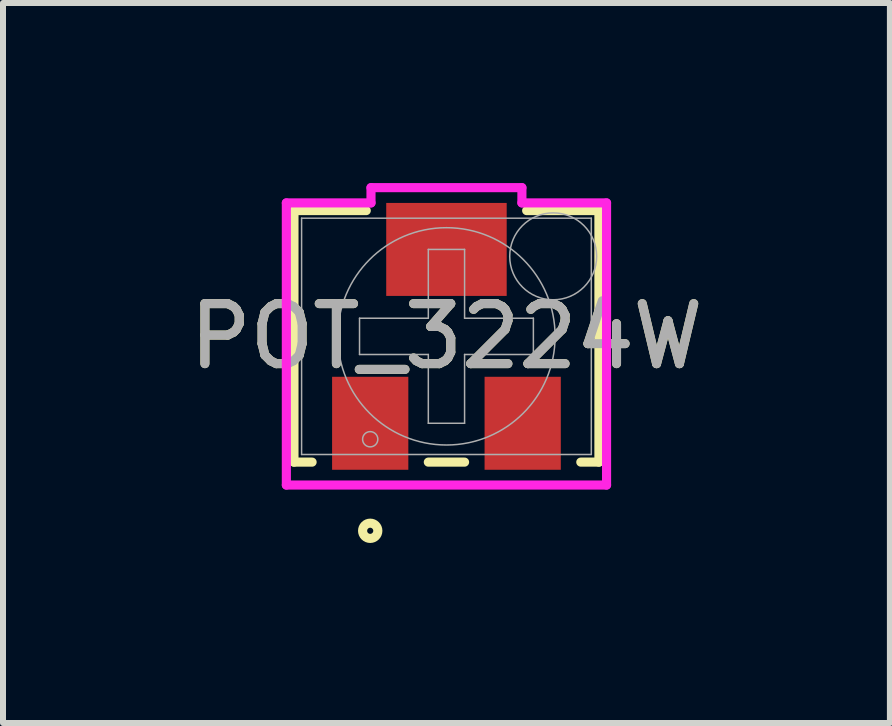
<source format=kicad_pcb>
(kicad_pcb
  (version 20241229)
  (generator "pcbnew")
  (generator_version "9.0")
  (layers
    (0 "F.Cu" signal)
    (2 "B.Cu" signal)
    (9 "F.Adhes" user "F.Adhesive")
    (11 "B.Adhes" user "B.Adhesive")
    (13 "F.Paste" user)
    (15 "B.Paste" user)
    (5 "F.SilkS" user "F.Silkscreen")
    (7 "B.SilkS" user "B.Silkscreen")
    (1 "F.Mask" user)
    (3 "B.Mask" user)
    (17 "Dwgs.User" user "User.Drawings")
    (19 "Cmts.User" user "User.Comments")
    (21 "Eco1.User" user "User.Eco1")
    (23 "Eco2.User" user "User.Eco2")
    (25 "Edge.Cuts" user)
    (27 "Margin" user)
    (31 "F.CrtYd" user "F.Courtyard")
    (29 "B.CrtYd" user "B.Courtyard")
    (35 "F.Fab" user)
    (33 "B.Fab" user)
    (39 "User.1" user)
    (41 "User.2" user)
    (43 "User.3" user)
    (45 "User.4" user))
  (footprint "POT_3224W"
    (layer "F.Cu")
    (at 4.387 2.553)
    (property "Reference" "POT_3224W" (at 0 0 0) (unlocked yes) (layer "F.SilkS") (effects (font (size 1 1) (thickness 0.15))))
    (attr smd)
    (fp_line (start -2.54 -2.095) (end -2.54 2.095) (stroke (width 0.152) (type solid)) (layer "F.SilkS"))
    (fp_line (start -2.54 2.095) (end -2.238 2.095) (stroke (width 0.152) (type solid)) (layer "F.SilkS"))
    (fp_line (start -1.336 -2.095) (end -2.54 -2.095) (stroke (width 0.152) (type solid)) (layer "F.SilkS"))
    (fp_line (start -0.302 2.095) (end 0.302 2.095) (stroke (width 0.152) (type solid)) (layer "F.SilkS"))
    (fp_line (start 2.238 2.095) (end 2.54 2.095) (stroke (width 0.152) (type solid)) (layer "F.SilkS"))
    (fp_line (start 2.54 -2.095) (end 1.336 -2.095) (stroke (width 0.152) (type solid)) (layer "F.SilkS"))
    (fp_line (start 2.54 -2.095) (end 2.54 2.095) (stroke (width 0.152) (type solid)) (layer "F.SilkS"))
    (fp_circle (center -1.27 3.239) (end -1.143 3.239) (stroke (width 0.152) (type solid)) (fill no) (layer "F.SilkS"))
    (fp_line (start -2.667 -2.223) (end -1.257 -2.223) (stroke (width 0.152) (type solid)) (layer "F.CrtYd"))
    (fp_line (start -2.667 2.477) (end -2.667 -2.223) (stroke (width 0.152) (type solid)) (layer "F.CrtYd"))
    (fp_line (start -1.257 -2.477) (end 1.257 -2.477) (stroke (width 0.152) (type solid)) (layer "F.CrtYd"))
    (fp_line (start -1.257 -2.223) (end -1.257 -2.477) (stroke (width 0.152) (type solid)) (layer "F.CrtYd"))
    (fp_line (start 1.257 -2.477) (end 1.257 -2.223) (stroke (width 0.152) (type solid)) (layer "F.CrtYd"))
    (fp_line (start 1.257 -2.223) (end 2.667 -2.223) (stroke (width 0.152) (type solid)) (layer "F.CrtYd"))
    (fp_line (start 2.667 -2.223) (end 2.667 2.477) (stroke (width 0.152) (type solid)) (layer "F.CrtYd"))
    (fp_line (start 2.667 2.477) (end -2.667 2.477) (stroke (width 0.152) (type solid)) (layer "F.CrtYd"))
    (fp_line (start -2.413 -1.968) (end -2.413 1.968) (stroke (width 0.025) (type solid)) (layer "F.Fab"))
    (fp_line (start -2.413 1.968) (end 2.413 1.968) (stroke (width 0.025) (type solid)) (layer "F.Fab"))
    (fp_line (start -1.448 -0.302) (end -1.448 0.302) (stroke (width 0.025) (type solid)) (layer "F.Fab"))
    (fp_line (start -0.302 -1.448) (end -0.302 -0.302) (stroke (width 0.025) (type solid)) (layer "F.Fab"))
    (fp_line (start -0.302 -1.448) (end 0.302 -1.448) (stroke (width 0.025) (type solid)) (layer "F.Fab"))
    (fp_line (start -0.302 -0.302) (end -1.448 -0.302) (stroke (width 0.025) (type solid)) (layer "F.Fab"))
    (fp_line (start -0.302 0.302) (end -1.448 0.302) (stroke (width 0.025) (type solid)) (layer "F.Fab"))
    (fp_line (start -0.302 1.448) (end -0.302 0.302) (stroke (width 0.025) (type solid)) (layer "F.Fab"))
    (fp_line (start -0.302 1.448) (end 0.302 1.448) (stroke (width 0.025) (type solid)) (layer "F.Fab"))
    (fp_line (start 0.302 -1.448) (end 0.302 -0.302) (stroke (width 0.025) (type solid)) (layer "F.Fab"))
    (fp_line (start 0.302 -0.302) (end 1.448 -0.302) (stroke (width 0.025) (type solid)) (layer "F.Fab"))
    (fp_line (start 0.302 0.302) (end 1.448 0.302) (stroke (width 0.025) (type solid)) (layer "F.Fab"))
    (fp_line (start 0.302 1.448) (end 0.302 0.302) (stroke (width 0.025) (type solid)) (layer "F.Fab"))
    (fp_line (start 1.448 -0.302) (end 1.448 0.302) (stroke (width 0.025) (type solid)) (layer "F.Fab"))
    (fp_line (start 2.413 -1.968) (end -2.413 -1.968) (stroke (width 0.025) (type solid)) (layer "F.Fab"))
    (fp_line (start 2.413 -1.968) (end 2.413 1.968) (stroke (width 0.025) (type solid)) (layer "F.Fab"))
    (fp_circle (center -1.27 1.714) (end -1.143 1.714) (stroke (width 0.025) (type solid)) (fill no) (layer "F.Fab"))
    (fp_circle (center 0 0) (end 1.81 0) (stroke (width 0.025) (type solid)) (fill no) (layer "F.Fab"))
    (fp_circle (center 1.778 -1.333) (end 2.502 -1.333) (stroke (width 0.025) (type solid)) (fill no) (layer "F.Fab"))
    (fp_text user "${REFERENCE}" (at 0 0 0) (unlocked yes) (layer "F.Fab") (effects (font (size 1 1) (thickness 0.15))))
    (pad "1" smd rect (at -1.27 1.448) (size 1.27 1.549) (layers "F.Cu" "F.Mask" "F.Paste"))
    (pad "2" smd rect (at 0 -1.448) (size 2.007 1.549) (layers "F.Cu" "F.Mask" "F.Paste"))
    (pad "3" smd rect (at 1.27 1.448) (size 1.27 1.549) (layers "F.Cu" "F.Mask" "F.Paste")))
  (gr_rect
    (start -3 -3)
    (end 11.774 8.994)
    (stroke (width 0.1) (type default))
    (fill no)
    (layer "Edge.Cuts")))
</source>
